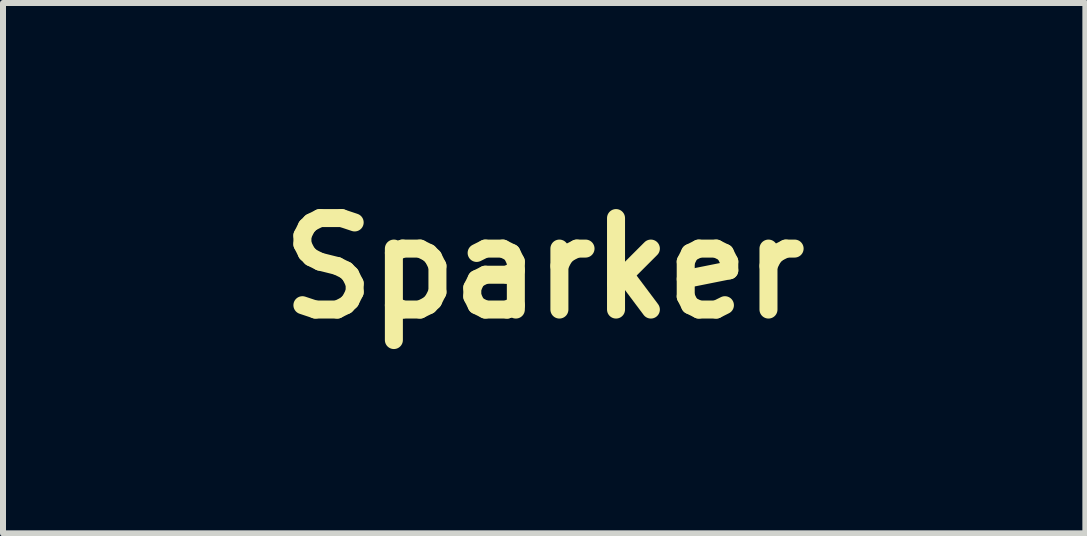
<source format=kicad_pcb>
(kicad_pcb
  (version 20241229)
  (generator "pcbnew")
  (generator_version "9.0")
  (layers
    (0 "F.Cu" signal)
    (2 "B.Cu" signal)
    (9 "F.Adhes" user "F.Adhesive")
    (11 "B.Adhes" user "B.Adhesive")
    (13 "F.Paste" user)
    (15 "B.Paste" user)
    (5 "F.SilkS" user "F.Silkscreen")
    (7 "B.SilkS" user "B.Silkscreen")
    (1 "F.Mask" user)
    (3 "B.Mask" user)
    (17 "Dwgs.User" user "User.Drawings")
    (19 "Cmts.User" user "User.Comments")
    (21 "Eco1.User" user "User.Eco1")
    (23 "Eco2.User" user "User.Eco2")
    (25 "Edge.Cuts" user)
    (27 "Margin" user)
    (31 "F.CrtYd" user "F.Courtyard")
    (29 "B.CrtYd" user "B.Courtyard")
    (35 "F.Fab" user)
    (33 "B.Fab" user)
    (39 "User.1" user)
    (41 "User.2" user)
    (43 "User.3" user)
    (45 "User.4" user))
  (footprint "Sparker"
    (layer "F.Cu")
    (at 6.016 1.418)
    (property "Reference" "Sparker" (at 0 0 0) (layer "F.SilkS") (effects (font (size 1.524 1.524) (thickness 0.3))))
    (attr through_hole)
    (fp_poly (pts (xy -1.45 -0.227) (xy -1.365 0.041) (xy -1.383 0.192) (xy -1.507 0.251) (xy -1.566 0.254) (xy -1.724 0.218) (xy -1.774 0.148) (xy -1.739 0.001) (xy -1.66 -0.207) (xy -1.658 -0.212) (xy -1.545 -0.466) (xy -1.45 -0.227)) (stroke (width 0.01) (type solid)) (fill no) (layer "Eco2.User"))
    (fp_poly (pts (xy -0.028 -0.578) (xy -0.021 -0.577) (xy 0.174 -0.498) (xy 0.255 -0.351) (xy 0.227 -0.186) (xy 0.099 -0.053) (xy -0.106 -0.001) (xy -0.209 -0.043) (xy -0.251 -0.196) (xy -0.254 -0.302) (xy -0.242 -0.502) (xy -0.179 -0.578) (xy -0.028 -0.578)) (stroke (width 0.01) (type solid)) (fill no) (layer "Eco2.User"))
    (fp_poly (pts (xy 4.713 -0.578) (xy 4.72 -0.577) (xy 4.916 -0.498) (xy 4.996 -0.351) (xy 4.969 -0.186) (xy 4.84 -0.053) (xy 4.636 -0.001) (xy 4.532 -0.043) (xy 4.491 -0.196) (xy 4.487 -0.302) (xy 4.499 -0.502) (xy 4.562 -0.578) (xy 4.713 -0.578)) (stroke (width 0.01) (type solid)) (fill no) (layer "Eco2.User"))
    (fp_poly (pts (xy -2.863 -0.545) (xy -2.725 -0.404) (xy -2.709 -0.304) (xy -2.778 -0.064) (xy -2.97 0.067) (xy -3.107 0.085) (xy -3.233 0.063) (xy -3.289 -0.033) (xy -3.302 -0.25) (xy -3.302 -0.254) (xy -3.287 -0.477) (xy -3.229 -0.575) (xy -3.14 -0.593) (xy -2.863 -0.545)) (stroke (width 0.01) (type solid)) (fill no) (layer "Eco2.User"))
    (fp_poly (pts (xy 6.011 1.355) (xy -6.011 1.355) (xy -6.011 0.672) (xy -5.249 0.672) (xy -5.176 0.769) (xy -4.989 0.826) (xy -4.742 0.84) (xy -4.487 0.809) (xy -4.276 0.73) (xy -4.252 0.715) (xy -4.101 0.528) (xy -4.064 0.372) (xy -4.091 0.238) (xy -4.195 0.128) (xy -4.41 0.009) (xy -4.536 -0.049) (xy -4.816 -0.189) (xy -4.955 -0.305) (xy -4.978 -0.404) (xy -4.92 -0.496) (xy -4.77 -0.539) (xy -4.548 -0.545) (xy -4.289 -0.559) (xy -4.164 -0.602) (xy -4.184 -0.662) (xy -4.361 -0.727) (xy -4.683 -0.759) (xy -4.951 -0.699) (xy -5.147 -0.573) (xy -5.249 -0.406) (xy -5.238 -0.222) (xy -5.095 -0.047) (xy -4.961 0.033) (xy -4.752 0.122) (xy -4.606 0.168) (xy -4.591 0.169) (xy -4.473 0.228) (xy -4.403 0.296) (xy -4.341 0.429) (xy -4.41 0.559) (xy -4.539 0.646) (xy -4.75 0.66) (xy -4.886 0.646) (xy -5.106 0.631) (xy -5.235 0.653) (xy -5.249 0.672) (xy -6.011 0.672) (xy -6.011 -0.762) (xy -3.641 -0.762) (xy -3.641 0.042) (xy -3.638 0.416) (xy -3.626 0.652) (xy -3.598 0.782) (xy -3.547 0.836) (xy -3.471 0.847) (xy -3.353 0.812) (xy -3.328 0.741) (xy -2.263 0.741) (xy -2.233 0.831) (xy -2.17 0.847) (xy -2.051 0.774) (xy -1.982 0.635) (xy -1.926 0.5) (xy -1.811 0.439) (xy -1.585 0.423) (xy -1.566 0.423) (xy -1.332 0.437) (xy -1.212 0.494) (xy -1.153 0.624) (xy -1.151 0.635) (xy -1.048 0.809) (xy -0.934 0.847) (xy -0.853 0.837) (xy -0.823 0.787) (xy -0.847 0.662) (xy -0.929 0.428) (xy -0.987 0.275) (xy -1.109 -0.047) (xy -1.217 -0.337) (xy -1.288 -0.529) (xy -1.397 -0.732) (xy -1.49 -0.762) (xy -0.508 -0.762) (xy -0.508 0.042) (xy -0.503 0.426) (xy -0.487 0.668) (xy -0.454 0.799) (xy -0.399 0.845) (xy -0.381 0.847) (xy -0.293 0.791) (xy -0.256 0.605) (xy -0.254 0.508) (xy -0.229 0.262) (xy -0.151 0.17) (xy -0.139 0.169) (xy -0.026 0.234) (xy 0.129 0.398) (xy 0.212 0.508) (xy 0.392 0.72) (xy 0.559 0.836) (xy 0.609 0.847) (xy 0.702 0.834) (xy 0.719 0.778) (xy 0.651 0.65) (xy 0.488 0.423) (xy 0.45 0.373) (xy 0.328 0.199) (xy 0.302 0.098) (xy 0.344 0.042) (xy 1.101 0.042) (xy 1.105 0.426) (xy 1.122 0.668) (xy 1.155 0.799) (xy 1.209 0.845) (xy 1.228 0.847) (xy 1.31 0.798) (xy 1.35 0.632) (xy 1.358 0.445) (xy 1.361 0.042) (xy 1.718 0.445) (xy 1.928 0.656) (xy 2.119 0.802) (xy 2.233 0.847) (xy 2.301 0.824) (xy 2.272 0.74) (xy 2.137 0.572) (xy 2.043 0.468) (xy 1.857 0.251) (xy 1.73 0.075) (xy 1.693 -0.008) (xy 1.745 -0.125) (xy 1.877 -0.31) (xy 1.96 -0.408) (xy 2.117 -0.612) (xy 2.146 -0.724) (xy 2.114 -0.749) (xy 2.032 -0.747) (xy 1.928 -0.673) (xy 1.778 -0.506) (xy 1.559 -0.224) (xy 1.529 -0.184) (xy 1.36 0.042) (xy 1.357 -0.36) (xy 1.34 -0.619) (xy 1.287 -0.742) (xy 1.228 -0.762) (xy 2.709 -0.762) (xy 2.709 0.847) (xy 3.302 0.847) (xy 3.606 0.835) (xy 3.816 0.805) (xy 3.895 0.762) (xy 3.895 0.762) (xy 3.818 0.716) (xy 3.621 0.685) (xy 3.429 0.677) (xy 2.963 0.677) (xy 2.963 0.381) (xy 2.971 0.199) (xy 3.027 0.113) (xy 3.175 0.086) (xy 3.344 0.085) (xy 3.572 0.068) (xy 3.708 0.025) (xy 3.725 0) (xy 3.65 -0.05) (xy 3.458 -0.081) (xy 3.344 -0.085) (xy 3.11 -0.092) (xy 2.999 -0.135) (xy 2.965 -0.243) (xy 2.963 -0.339) (xy 2.973 -0.489) (xy 3.029 -0.564) (xy 3.178 -0.59) (xy 3.387 -0.593) (xy 3.628 -0.608) (xy 3.781 -0.647) (xy 3.81 -0.677) (xy 3.732 -0.722) (xy 3.526 -0.752) (xy 3.26 -0.762) (xy 4.233 -0.762) (xy 4.233 0.042) (xy 4.238 0.426) (xy 4.255 0.668) (xy 4.288 0.799) (xy 4.342 0.845) (xy 4.36 0.847) (xy 4.449 0.791) (xy 4.485 0.605) (xy 4.487 0.508) (xy 4.513 0.262) (xy 4.591 0.17) (xy 4.603 0.169) (xy 4.715 0.234) (xy 4.871 0.398) (xy 4.953 0.508) (xy 5.133 0.72) (xy 5.3 0.836) (xy 5.351 0.847) (xy 5.444 0.834) (xy 5.461 0.778) (xy 5.392 0.65) (xy 5.229 0.423) (xy 5.192 0.373) (xy 5.069 0.199) (xy 5.044 0.098) (xy 5.112 0.006) (xy 5.165 -0.042) (xy 5.303 -0.248) (xy 5.32 -0.468) (xy 5.218 -0.643) (xy 5.17 -0.674) (xy 4.986 -0.728) (xy 4.72 -0.759) (xy 4.62 -0.762) (xy 4.233 -0.762) (xy 3.26 -0.762) (xy 2.709 -0.762) (xy 1.228 -0.762) (xy 1.167 -0.733) (xy 1.129 -0.628) (xy 1.108 -0.418) (xy 1.101 -0.074) (xy 1.101 0.042) (xy 0.344 0.042) (xy 0.371 0.006) (xy 0.423 -0.042) (xy 0.561 -0.248) (xy 0.579 -0.468) (xy 0.476 -0.643) (xy 0.429 -0.674) (xy 0.245 -0.728) (xy -0.021 -0.759) (xy -0.121 -0.762) (xy -0.508 -0.762) (xy -1.49 -0.762) (xy -1.522 -0.772) (xy -1.664 -0.649) (xy -1.827 -0.359) (xy -1.951 -0.064) (xy -2.077 0.263) (xy -2.183 0.535) (xy -2.25 0.708) (xy -2.263 0.741) (xy -3.328 0.741) (xy -3.307 0.678) (xy -3.302 0.561) (xy -3.288 0.375) (xy -3.212 0.282) (xy -3.027 0.232) (xy -2.968 0.222) (xy -2.677 0.118) (xy -2.464 -0.066) (xy -2.372 -0.291) (xy -2.371 -0.315) (xy -2.449 -0.52) (xy -2.664 -0.67) (xy -2.989 -0.752) (xy -3.175 -0.762) (xy -3.641 -0.762) (xy -6.011 -0.762) (xy -6.011 -1.355) (xy 6.011 -1.355) (xy 6.011 1.355)) (stroke (width 0.01) (type solid)) (fill no) (layer "Eco2.User")))
  (gr_rect
    (start -3 -3)
    (end 15.033 5.836)
    (stroke (width 0.1) (type default))
    (fill no)
    (layer "Edge.Cuts")))
</source>
